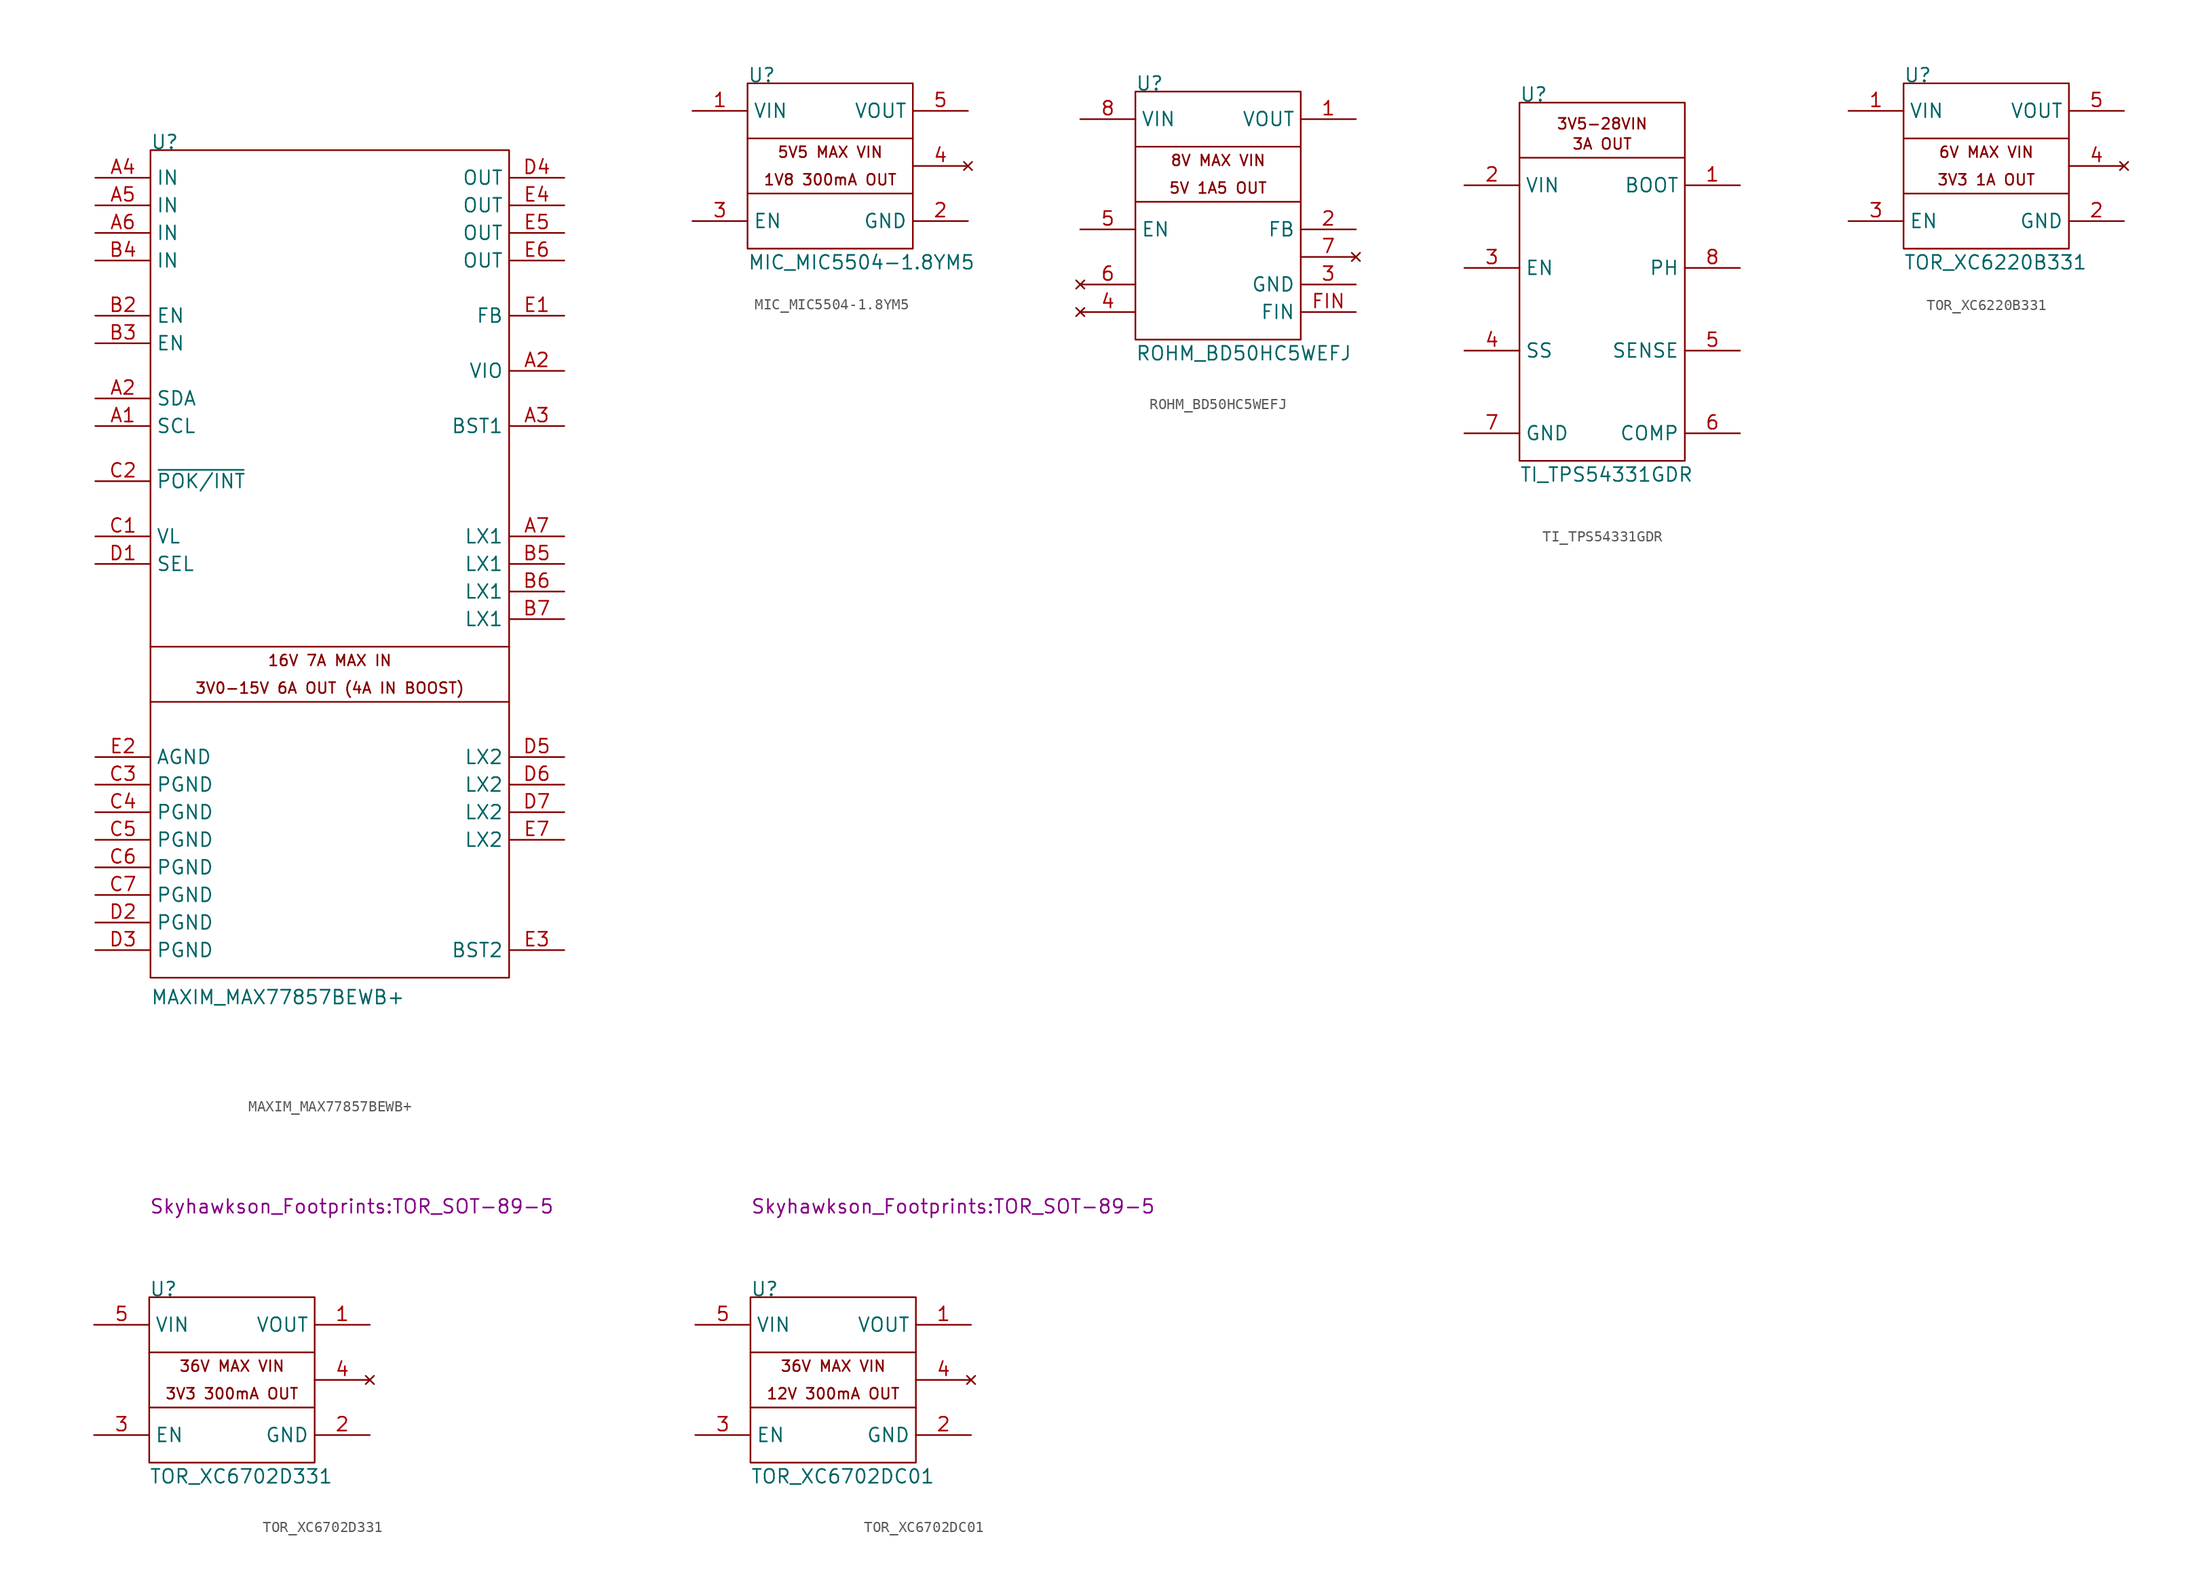
<source format=kicad_sym>
(kicad_symbol_lib
  (version 20220914)
  (generator kicad_symbol_editor)
  (symbol "MAXIM_MAX77857BEWB+"
    (property "Reference" "U"
      (at 5.08 2.54 0)
      (effects (font (size 1.27 1.27)) (justify left bottom)))
    (property "Value" "MAXIM_MAX77857BEWB+"
      (at 5.08 -76.2 0)
      (effects (font (size 1.27 1.27)) (justify left bottom)))
    (symbol "MAXIM_MAX77857BEWB+_0_0"
      (text "16V 7A MAX IN" (at 21.59 -44.45 0) (effects (font (size 1 1))))
      (text "3V0-15V 6A OUT (4A IN BOOST)" (at 21.59 -46.99 0) (effects (font (size 1 1))))
      (pin power_in line (at 43.18 -17.78 180) (length 5.08) (name "VIO" (effects (font (size 1.27 1.27)))) (number "A2" (effects (font (size 1.27 1.27)))))
      (pin power_in line (at 43.18 -22.86 180) (length 5.08) (name "BST1" (effects (font (size 1.27 1.27)))) (number "A3" (effects (font (size 1.27 1.27)))))
      (pin input line (at 0 0 0) (length 5.08) (name "IN" (effects (font (size 1.27 1.27)))) (number "A4" (effects (font (size 1.27 1.27)))))
      (pin input line (at 0 -2.54 0) (length 5.08) (name "IN" (effects (font (size 1.27 1.27)))) (number "A5" (effects (font (size 1.27 1.27)))))
      (pin input line (at 0 -5.08 0) (length 5.08) (name "IN" (effects (font (size 1.27 1.27)))) (number "A6" (effects (font (size 1.27 1.27)))))
      (pin bidirectional line (at 43.18 -33.02 180) (length 5.08) (name "LX1" (effects (font (size 1.27 1.27)))) (number "A7" (effects (font (size 1.27 1.27)))))
      (pin input line (at 0 -12.7 0) (length 5.08) (name "EN" (effects (font (size 1.27 1.27)))) (number "B2" (effects (font (size 1.27 1.27)))))
      (pin input line (at 0 -15.24 0) (length 5.08) (name "EN" (effects (font (size 1.27 1.27)))) (number "B3" (effects (font (size 1.27 1.27)))))
      (pin input line (at 0 -7.62 0) (length 5.08) (name "IN" (effects (font (size 1.27 1.27)))) (number "B4" (effects (font (size 1.27 1.27)))))
      (pin bidirectional line (at 43.18 -35.56 180) (length 5.08) (name "LX1" (effects (font (size 1.27 1.27)))) (number "B5" (effects (font (size 1.27 1.27)))))
      (pin bidirectional line (at 43.18 -38.1 180) (length 5.08) (name "LX1" (effects (font (size 1.27 1.27)))) (number "B6" (effects (font (size 1.27 1.27)))))
      (pin bidirectional line (at 43.18 -40.64 180) (length 5.08) (name "LX1" (effects (font (size 1.27 1.27)))) (number "B7" (effects (font (size 1.27 1.27)))))
      (pin power_in line (at 0 -55.88 0) (length 5.08) (name "PGND" (effects (font (size 1.27 1.27)))) (number "C3" (effects (font (size 1.27 1.27)))))
      (pin power_in line (at 0 -58.42 0) (length 5.08) (name "PGND" (effects (font (size 1.27 1.27)))) (number "C4" (effects (font (size 1.27 1.27)))))
      (pin power_in line (at 0 -60.96 0) (length 5.08) (name "PGND" (effects (font (size 1.27 1.27)))) (number "C5" (effects (font (size 1.27 1.27)))))
      (pin power_in line (at 0 -63.5 0) (length 5.08) (name "PGND" (effects (font (size 1.27 1.27)))) (number "C6" (effects (font (size 1.27 1.27)))))
      (pin power_in line (at 0 -66.04 0) (length 5.08) (name "PGND" (effects (font (size 1.27 1.27)))) (number "C7" (effects (font (size 1.27 1.27)))))
      (pin power_in line (at 0 -68.58 0) (length 5.08) (name "PGND" (effects (font (size 1.27 1.27)))) (number "D2" (effects (font (size 1.27 1.27)))))
      (pin power_in line (at 0 -71.12 0) (length 5.08) (name "PGND" (effects (font (size 1.27 1.27)))) (number "D3" (effects (font (size 1.27 1.27)))))
      (pin power_out line (at 43.18 0 180) (length 5.08) (name "OUT" (effects (font (size 1.27 1.27)))) (number "D4" (effects (font (size 1.27 1.27)))))
      (pin bidirectional line (at 43.18 -53.34 180) (length 5.08) (name "LX2" (effects (font (size 1.27 1.27)))) (number "D5" (effects (font (size 1.27 1.27)))))
      (pin bidirectional line (at 43.18 -55.88 180) (length 5.08) (name "LX2" (effects (font (size 1.27 1.27)))) (number "D6" (effects (font (size 1.27 1.27)))))
      (pin bidirectional line (at 43.18 -58.42 180) (length 5.08) (name "LX2" (effects (font (size 1.27 1.27)))) (number "D7" (effects (font (size 1.27 1.27)))))
      (pin input line (at 43.18 -12.7 180) (length 5.08) (name "FB" (effects (font (size 1.27 1.27)))) (number "E1" (effects (font (size 1.27 1.27)))))
      (pin power_in line (at 0 -53.34 0) (length 5.08) (name "AGND" (effects (font (size 1.27 1.27)))) (number "E2" (effects (font (size 1.27 1.27)))))
      (pin power_in line (at 43.18 -71.12 180) (length 5.08) (name "BST2" (effects (font (size 1.27 1.27)))) (number "E3" (effects (font (size 1.27 1.27)))))
      (pin power_out line (at 43.18 -2.54 180) (length 5.08) (name "OUT" (effects (font (size 1.27 1.27)))) (number "E4" (effects (font (size 1.27 1.27)))))
      (pin power_out line (at 43.18 -5.08 180) (length 5.08) (name "OUT" (effects (font (size 1.27 1.27)))) (number "E5" (effects (font (size 1.27 1.27)))))
      (pin power_out line (at 43.18 -7.62 180) (length 5.08) (name "OUT" (effects (font (size 1.27 1.27)))) (number "E6" (effects (font (size 1.27 1.27)))))
      (pin bidirectional line (at 43.18 -60.96 180) (length 5.08) (name "LX2" (effects (font (size 1.27 1.27)))) (number "E7" (effects (font (size 1.27 1.27))))))
    (symbol "MAXIM_MAX77857BEWB+_0_1"
      (polyline (pts (xy 38.1 -48.26) (xy 5.08 -48.26)) (stroke (width 0.152) (type default)) (fill (type none)))
      (polyline (pts (xy 38.1 -43.18) (xy 5.08 -43.18)) (stroke (width 0.152) (type default)) (fill (type none)))
      (rectangle (start 5.08 2.54) (end 38.1 -73.66) (stroke (width 0.152) (type default)) (fill (type none))))
    (symbol "MAXIM_MAX77857BEWB+_1_1"
      (pin input line (at 0 -22.86 0) (length 5.08) (name "SCL" (effects (font (size 1.27 1.27)))) (number "A1" (effects (font (size 1.27 1.27)))))
      (pin bidirectional line (at 0 -20.32 0) (length 5.08) (name "SDA" (effects (font (size 1.27 1.27)))) (number "A2" (effects (font (size 1.27 1.27)))))
      (pin input line (at 0 -33.02 0) (length 5.08) (name "VL" (effects (font (size 1.27 1.27)))) (number "C1" (effects (font (size 1.27 1.27)))))
      (pin output line (at 0 -27.94 0) (length 5.08) (name "~{POK/INT}" (effects (font (size 1.27 1.27)))) (number "C2" (effects (font (size 1.27 1.27)))))
      (pin input line (at 0 -35.56 0) (length 5.08) (name "SEL" (effects (font (size 1.27 1.27)))) (number "D1" (effects (font (size 1.27 1.27)))))))
  (symbol "MIC_MIC5504-1.8YM5"
    (property "Reference" "U"
      (at 5.08 2.54 0)
      (effects (font (size 1.27 1.27)) (justify left bottom)))
    (property "Value" "MIC_MIC5504-1.8YM5"
      (at 5.08 -13.97 0)
      (effects (font (size 1.27 1.27)) (justify left)))
    (symbol "MIC_MIC5504-1.8YM5_0_0"
      (text "1V8 300mA OUT" (at 12.7 -6.35 0) (effects (font (size 1 1))))
      (text "5V5 MAX VIN" (at 12.7 -3.81 0) (effects (font (size 1 1)))))
    (symbol "MIC_MIC5504-1.8YM5_0_1"
      (polyline (pts (xy 20.32 -7.62) (xy 5.08 -7.62)) (stroke (width 0.152) (type default)) (fill (type none)))
      (polyline (pts (xy 20.32 -2.54) (xy 5.08 -2.54)) (stroke (width 0.152) (type default)) (fill (type none)))
      (rectangle (start 5.08 2.54) (end 20.32 -12.7) (stroke (width 0.152) (type default)) (fill (type none))))
    (symbol "MIC_MIC5504-1.8YM5_1_1"
      (pin power_in line (at 0 0 0) (length 5.08) (name "VIN" (effects (font (size 1.27 1.27)))) (number "1" (effects (font (size 1.27 1.27)))))
      (pin power_in line (at 25.4 -10.16 180) (length 5.08) (name "GND" (effects (font (size 1.27 1.27)))) (number "2" (effects (font (size 1.27 1.27)))))
      (pin input line (at 0 -10.16 0) (length 5.08) (name "EN" (effects (font (size 1.27 1.27)))) (number "3" (effects (font (size 1.27 1.27)))))
      (pin no_connect line (at 25.4 -5.08 180) (length 5.08) (name "~" (effects (font (size 1.27 1.27)))) (number "4" (effects (font (size 1.27 1.27)))))
      (pin power_out line (at 25.4 0 180) (length 5.08) (name "VOUT" (effects (font (size 1.27 1.27)))) (number "5" (effects (font (size 1.27 1.27)))))))
  (symbol "ROHM_BD50HC5WEFJ"
    (property "Reference" "U"
      (at 5.08 2.54 0)
      (effects (font (size 1.27 1.27)) (justify left bottom)))
    (property "Value" "ROHM_BD50HC5WEFJ"
      (at 5.08 -21.59 0)
      (effects (font (size 1.27 1.27)) (justify left)))
    (symbol "ROHM_BD50HC5WEFJ_0_0"
      (text "5V 1A5 OUT" (at 12.7 -6.35 0) (effects (font (size 1 1))))
      (text "8V MAX VIN" (at 12.7 -3.81 0) (effects (font (size 1 1)))))
    (symbol "ROHM_BD50HC5WEFJ_0_1"
      (polyline (pts (xy 20.32 -7.62) (xy 5.08 -7.62)) (stroke (width 0.152) (type default)) (fill (type none)))
      (polyline (pts (xy 20.32 -2.54) (xy 5.08 -2.54)) (stroke (width 0.152) (type default)) (fill (type none)))
      (rectangle (start 5.08 2.54) (end 20.32 -20.32) (stroke (width 0.152) (type default)) (fill (type none))))
    (symbol "ROHM_BD50HC5WEFJ_1_1"
      (pin power_out line (at 25.4 0 180) (length 5.08) (name "VOUT" (effects (font (size 1.27 1.27)))) (number "1" (effects (font (size 1.27 1.27)))))
      (pin input line (at 25.4 -10.16 180) (length 5.08) (name "FB" (effects (font (size 1.27 1.27)))) (number "2" (effects (font (size 1.27 1.27)))))
      (pin power_in line (at 25.4 -15.24 180) (length 5.08) (name "GND" (effects (font (size 1.27 1.27)))) (number "3" (effects (font (size 1.27 1.27)))))
      (pin no_connect line (at 0 -17.78 0) (length 5.08) (name "~" (effects (font (size 1.27 1.27)))) (number "4" (effects (font (size 1.27 1.27)))))
      (pin input line (at 0 -10.16 0) (length 5.08) (name "EN" (effects (font (size 1.27 1.27)))) (number "5" (effects (font (size 1.27 1.27)))))
      (pin no_connect line (at 0 -15.24 0) (length 5.08) (name "~" (effects (font (size 1.27 1.27)))) (number "6" (effects (font (size 1.27 1.27)))))
      (pin no_connect line (at 25.4 -12.7 180) (length 5.08) (name "~" (effects (font (size 1.27 1.27)))) (number "7" (effects (font (size 1.27 1.27)))))
      (pin power_in line (at 0 0 0) (length 5.08) (name "VIN" (effects (font (size 1.27 1.27)))) (number "8" (effects (font (size 1.27 1.27)))))
      (pin power_in line (at 25.4 -17.78 180) (length 5.08) (name "FIN" (effects (font (size 1.27 1.27)))) (number "FIN" (effects (font (size 1.27 1.27)))))))
  (symbol "TI_TPS54331GDR"
    (property "Reference" "U"
      (at 5.08 7.62 0)
      (effects (font (size 1.27 1.27)) (justify left bottom)))
    (property "Value" "TI_TPS54331GDR"
      (at 5.08 -26.67 0)
      (effects (font (size 1.27 1.27)) (justify left)))
    (symbol "TI_TPS54331GDR_0_0"
      (text "3A OUT" (at 12.7 3.81 0) (effects (font (size 1 1))))
      (text "3V5-28VIN" (at 12.7 5.08 0) (effects (font (size 1 1)) (justify bottom))))
    (symbol "TI_TPS54331GDR_0_1"
      (polyline (pts (xy 20.32 2.54) (xy 5.08 2.54)) (stroke (width 0.152) (type default)) (fill (type none)))
      (rectangle (start 5.08 7.62) (end 20.32 -25.4) (stroke (width 0.152) (type default)) (fill (type none))))
    (symbol "TI_TPS54331GDR_1_1"
      (pin output line (at 25.4 0 180) (length 5.08) (name "BOOT" (effects (font (size 1.27 1.27)))) (number "1" (effects (font (size 1.27 1.27)))))
      (pin power_in line (at 0 0 0) (length 5.08) (name "VIN" (effects (font (size 1.27 1.27)))) (number "2" (effects (font (size 1.27 1.27)))))
      (pin input line (at 0 -7.62 0) (length 5.08) (name "EN" (effects (font (size 1.27 1.27)))) (number "3" (effects (font (size 1.27 1.27)))))
      (pin input line (at 0 -15.24 0) (length 5.08) (name "SS" (effects (font (size 1.27 1.27)))) (number "4" (effects (font (size 1.27 1.27)))))
      (pin input line (at 25.4 -15.24 180) (length 5.08) (name "SENSE" (effects (font (size 1.27 1.27)))) (number "5" (effects (font (size 1.27 1.27)))))
      (pin output line (at 25.4 -22.86 180) (length 5.08) (name "COMP" (effects (font (size 1.27 1.27)))) (number "6" (effects (font (size 1.27 1.27)))))
      (pin power_in line (at 0 -22.86 0) (length 5.08) (name "GND" (effects (font (size 1.27 1.27)))) (number "7" (effects (font (size 1.27 1.27)))))
      (pin output line (at 25.4 -7.62 180) (length 5.08) (name "PH" (effects (font (size 1.27 1.27)))) (number "8" (effects (font (size 1.27 1.27)))))))
  (symbol "TOR_XC6220B331"
    (property "Reference" "U"
      (at 5.08 2.54 0)
      (effects (font (size 1.27 1.27)) (justify left bottom)))
    (property "Value" "TOR_XC6220B331"
      (at 5.08 -13.97 0)
      (effects (font (size 1.27 1.27)) (justify left)))
    (symbol "TOR_XC6220B331_0_0"
      (text "3V3 1A OUT" (at 12.7 -6.35 0) (effects (font (size 1 1))))
      (text "6V MAX VIN" (at 12.7 -3.81 0) (effects (font (size 1 1)))))
    (symbol "TOR_XC6220B331_0_1"
      (polyline (pts (xy 20.32 -7.62) (xy 5.08 -7.62)) (stroke (width 0.152) (type default)) (fill (type none)))
      (polyline (pts (xy 20.32 -2.54) (xy 5.08 -2.54)) (stroke (width 0.152) (type default)) (fill (type none)))
      (rectangle (start 5.08 2.54) (end 20.32 -12.7) (stroke (width 0.152) (type default)) (fill (type none))))
    (symbol "TOR_XC6220B331_1_1"
      (pin power_in line (at 0 0 0) (length 5.08) (name "VIN" (effects (font (size 1.27 1.27)))) (number "1" (effects (font (size 1.27 1.27)))))
      (pin power_in line (at 25.4 -10.16 180) (length 5.08) (name "GND" (effects (font (size 1.27 1.27)))) (number "2" (effects (font (size 1.27 1.27)))))
      (pin input line (at 0 -10.16 0) (length 5.08) (name "EN" (effects (font (size 1.27 1.27)))) (number "3" (effects (font (size 1.27 1.27)))))
      (pin no_connect line (at 25.4 -5.08 180) (length 5.08) (name "~" (effects (font (size 1.27 1.27)))) (number "4" (effects (font (size 1.27 1.27)))))
      (pin power_out line (at 25.4 0 180) (length 5.08) (name "VOUT" (effects (font (size 1.27 1.27)))) (number "5" (effects (font (size 1.27 1.27)))))))
  (symbol "TOR_XC6702D331"
    (property "Reference" "U"
      (at 5.08 2.54 0)
      (effects (font (size 1.27 1.27)) (justify left bottom)))
    (property "Value" "TOR_XC6702D331"
      (at 5.08 -13.97 0)
      (effects (font (size 1.27 1.27)) (justify left)))
    (property "Footprint" "Skyhawkson_Footprints:TOR_SOT-89-5"
      (at 5.08 10.16 0)
      (effects (font (size 1.27 1.27)) (justify left bottom)))
    (symbol "TOR_XC6702D331_0_1"
      (polyline (pts (xy 20.32 -7.62) (xy 5.08 -7.62)) (stroke (width 0.152) (type default)) (fill (type none)))
      (polyline (pts (xy 20.32 -2.54) (xy 5.08 -2.54)) (stroke (width 0.152) (type default)) (fill (type none)))
      (rectangle (start 5.08 2.54) (end 20.32 -12.7) (stroke (width 0.152) (type default)) (fill (type none))))
    (symbol "TOR_XC6702D331_1_0"
      (text "36V MAX VIN" (at 12.7 -3.81 0) (effects (font (size 1 1))))
      (text "3V3 300mA OUT" (at 12.7 -6.35 0) (effects (font (size 1 1)))))
    (symbol "TOR_XC6702D331_1_1"
      (pin power_out line (at 25.4 0 180) (length 5.08) (name "VOUT" (effects (font (size 1.27 1.27)))) (number "1" (effects (font (size 1.27 1.27)))))
      (pin power_in line (at 25.4 -10.16 180) (length 5.08) (name "GND" (effects (font (size 1.27 1.27)))) (number "2" (effects (font (size 1.27 1.27)))))
      (pin input line (at 0 -10.16 0) (length 5.08) (name "EN" (effects (font (size 1.27 1.27)))) (number "3" (effects (font (size 1.27 1.27)))))
      (pin no_connect line (at 25.4 -5.08 180) (length 5.08) (name "~" (effects (font (size 1.27 1.27)))) (number "4" (effects (font (size 1.27 1.27)))))
      (pin power_in line (at 0 0 0) (length 5.08) (name "VIN" (effects (font (size 1.27 1.27)))) (number "5" (effects (font (size 1.27 1.27)))))))
  (symbol "TOR_XC6702DC01"
    (property "Reference" "U"
      (at 5.08 2.54 0)
      (effects (font (size 1.27 1.27)) (justify left bottom)))
    (property "Value" "TOR_XC6702DC01"
      (at 5.08 -13.97 0)
      (effects (font (size 1.27 1.27)) (justify left)))
    (property "Footprint" "Skyhawkson_Footprints:TOR_SOT-89-5"
      (at 5.08 10.16 0)
      (effects (font (size 1.27 1.27)) (justify left bottom)))
    (symbol "TOR_XC6702DC01_0_1"
      (polyline (pts (xy 20.32 -7.62) (xy 5.08 -7.62)) (stroke (width 0.152) (type default)) (fill (type none)))
      (polyline (pts (xy 20.32 -2.54) (xy 5.08 -2.54)) (stroke (width 0.152) (type default)) (fill (type none)))
      (rectangle (start 5.08 2.54) (end 20.32 -12.7) (stroke (width 0.152) (type default)) (fill (type none))))
    (symbol "TOR_XC6702DC01_1_0"
      (text "12V 300mA OUT" (at 12.7 -6.35 0) (effects (font (size 1 1))))
      (text "36V MAX VIN" (at 12.7 -3.81 0) (effects (font (size 1 1)))))
    (symbol "TOR_XC6702DC01_1_1"
      (pin power_out line (at 25.4 0 180) (length 5.08) (name "VOUT" (effects (font (size 1.27 1.27)))) (number "1" (effects (font (size 1.27 1.27)))))
      (pin power_in line (at 25.4 -10.16 180) (length 5.08) (name "GND" (effects (font (size 1.27 1.27)))) (number "2" (effects (font (size 1.27 1.27)))))
      (pin input line (at 0 -10.16 0) (length 5.08) (name "EN" (effects (font (size 1.27 1.27)))) (number "3" (effects (font (size 1.27 1.27)))))
      (pin no_connect line (at 25.4 -5.08 180) (length 5.08) (name "~" (effects (font (size 1.27 1.27)))) (number "4" (effects (font (size 1.27 1.27)))))
      (pin power_in line (at 0 0 0) (length 5.08) (name "VIN" (effects (font (size 1.27 1.27)))) (number "5" (effects (font (size 1.27 1.27))))))))
</source>
